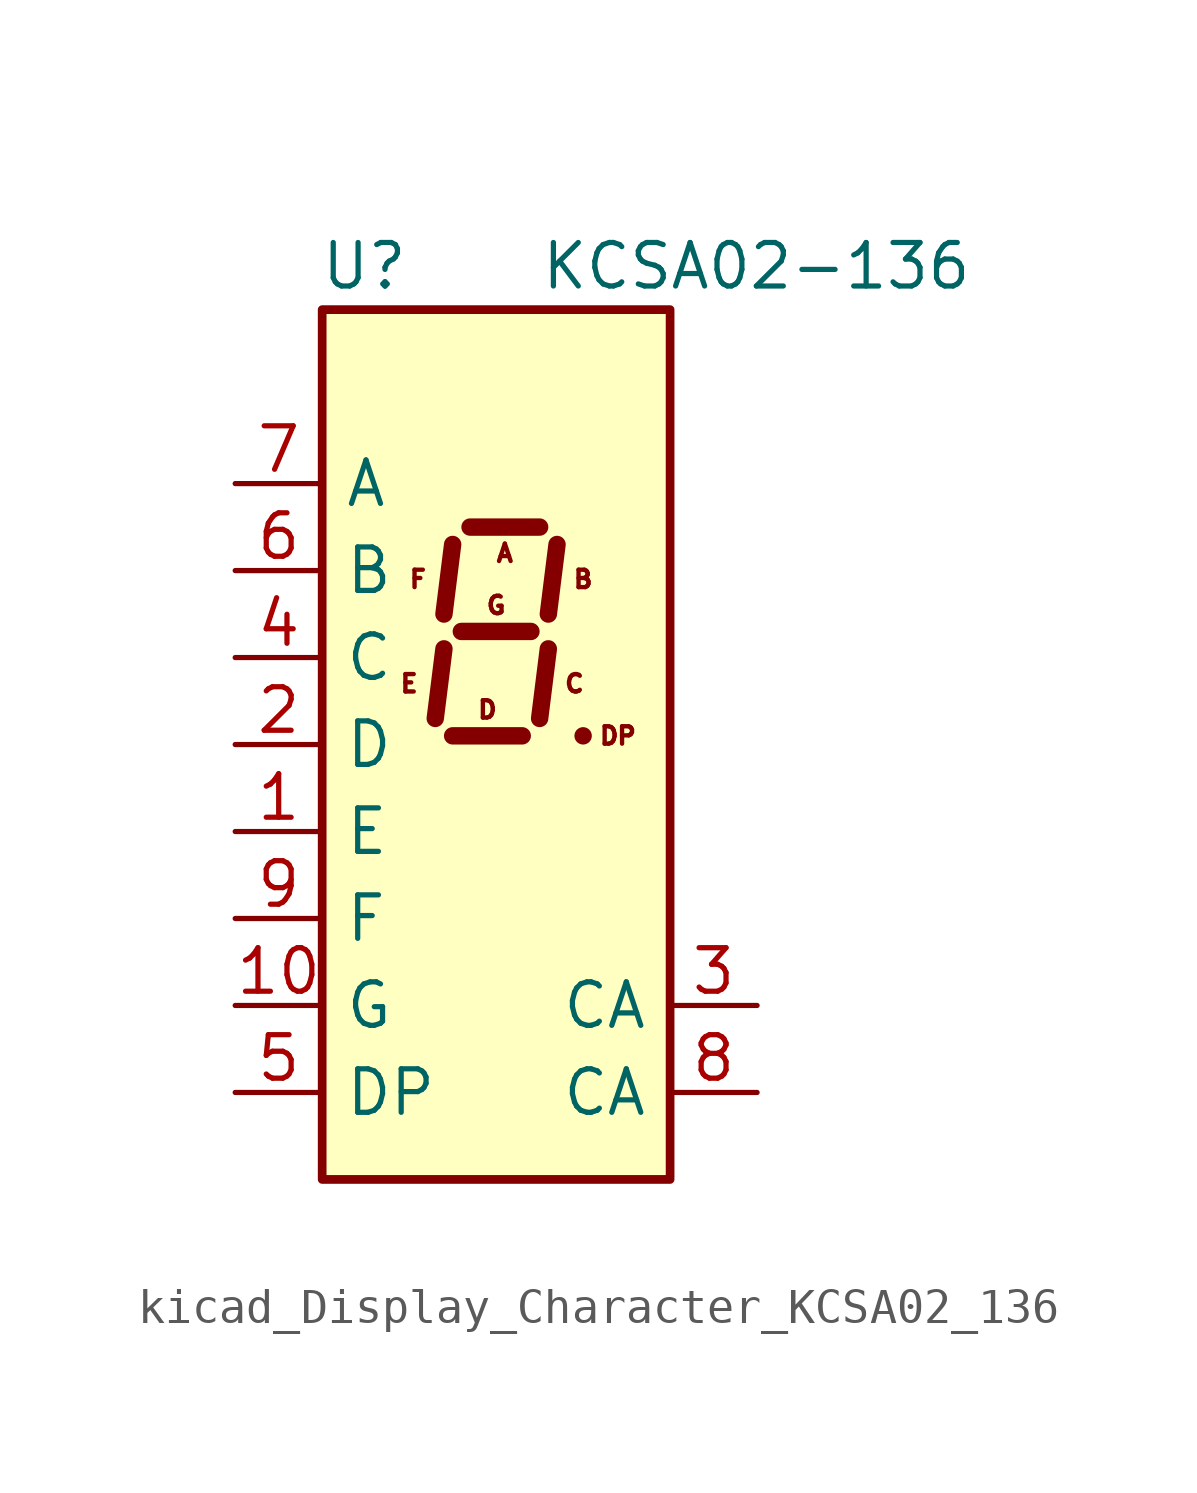
<source format=kicad_sym>
(kicad_symbol_lib
  (version 20220914)
  (generator kicad_symbol_editor)
  (symbol "kicad_Display_Character_KCSA02_136"
    (pin_names
      (offset 0.635))
    (property "Reference" "U"
      (at -2.54 13.97 0)
      (effects (font (size 1.27 1.27)) (justify right)))
    (property "Value" "KCSA02-136"
      (at 1.27 13.97 0)
      (effects (font (size 1.27 1.27)) (justify left)))
    (symbol "kicad_Display_Character_KCSA02_136_0_0"
      (text "A" (at 0.254 5.588 0) (effects (font (size 0.508 0.508))))
      (text "B" (at 2.54 4.826 0) (effects (font (size 0.508 0.508))))
      (text "C" (at 2.286 1.778 0) (effects (font (size 0.508 0.508))))
      (text "D" (at -0.254 1.016 0) (effects (font (size 0.508 0.508))))
      (text "DP" (at 3.556 0.254 0) (effects (font (size 0.508 0.508))))
      (text "E" (at -2.54 1.778 0) (effects (font (size 0.508 0.508))))
      (text "F" (at -2.286 4.826 0) (effects (font (size 0.508 0.508))))
      (text "G" (at 0 4.064 0) (effects (font (size 0.508 0.508)))))
    (symbol "kicad_Display_Character_KCSA02_136_0_1"
      (rectangle (start -5.08 12.7) (end 5.08 -12.7) (stroke (width 0.254) (type default)) (fill (type background)))
      (polyline (pts (xy -1.524 2.794) (xy -1.778 0.762)) (stroke (width 0.508) (type default)) (fill (type none)))
      (polyline (pts (xy -1.27 0.254) (xy 0.762 0.254)) (stroke (width 0.508) (type default)) (fill (type none)))
      (polyline (pts (xy -1.27 5.842) (xy -1.524 3.81)) (stroke (width 0.508) (type default)) (fill (type none)))
      (polyline (pts (xy -1.016 3.302) (xy 1.016 3.302)) (stroke (width 0.508) (type default)) (fill (type none)))
      (polyline (pts (xy -0.762 6.35) (xy 1.27 6.35)) (stroke (width 0.508) (type default)) (fill (type none)))
      (polyline (pts (xy 1.524 2.794) (xy 1.27 0.762)) (stroke (width 0.508) (type default)) (fill (type none)))
      (polyline (pts (xy 1.778 5.842) (xy 1.524 3.81)) (stroke (width 0.508) (type default)) (fill (type none)))
      (polyline (pts (xy 2.54 0.254) (xy 2.54 0.254)) (stroke (width 0.508) (type default)) (fill (type none))))
    (symbol "kicad_Display_Character_KCSA02_136_1_1"
      (pin input line (at -7.62 -2.54 0) (length 2.54) (name "E" (effects (font (size 1.27 1.27)))) (number "1" (effects (font (size 1.27 1.27)))))
      (pin input line (at -7.62 -7.62 0) (length 2.54) (name "G" (effects (font (size 1.27 1.27)))) (number "10" (effects (font (size 1.27 1.27)))))
      (pin input line (at -7.62 0 0) (length 2.54) (name "D" (effects (font (size 1.27 1.27)))) (number "2" (effects (font (size 1.27 1.27)))))
      (pin input line (at 7.62 -7.62 180) (length 2.54) (name "CA" (effects (font (size 1.27 1.27)))) (number "3" (effects (font (size 1.27 1.27)))))
      (pin input line (at -7.62 2.54 0) (length 2.54) (name "C" (effects (font (size 1.27 1.27)))) (number "4" (effects (font (size 1.27 1.27)))))
      (pin input line (at -7.62 -10.16 0) (length 2.54) (name "DP" (effects (font (size 1.27 1.27)))) (number "5" (effects (font (size 1.27 1.27)))))
      (pin input line (at -7.62 5.08 0) (length 2.54) (name "B" (effects (font (size 1.27 1.27)))) (number "6" (effects (font (size 1.27 1.27)))))
      (pin input line (at -7.62 7.62 0) (length 2.54) (name "A" (effects (font (size 1.27 1.27)))) (number "7" (effects (font (size 1.27 1.27)))))
      (pin input line (at 7.62 -10.16 180) (length 2.54) (name "CA" (effects (font (size 1.27 1.27)))) (number "8" (effects (font (size 1.27 1.27)))))
      (pin input line (at -7.62 -5.08 0) (length 2.54) (name "F" (effects (font (size 1.27 1.27)))) (number "9" (effects (font (size 1.27 1.27))))))))
</source>
